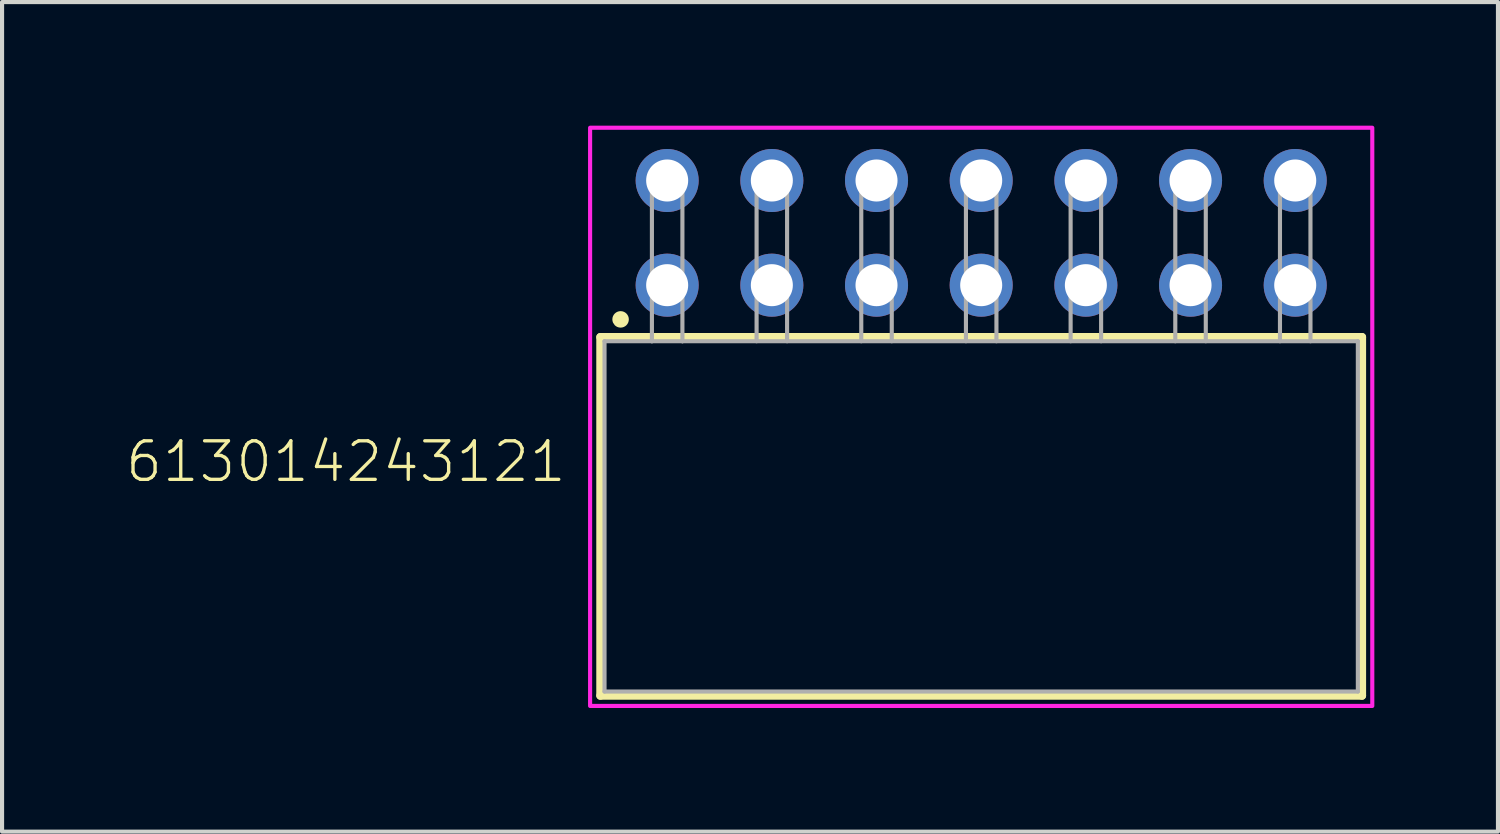
<source format=kicad_pcb>
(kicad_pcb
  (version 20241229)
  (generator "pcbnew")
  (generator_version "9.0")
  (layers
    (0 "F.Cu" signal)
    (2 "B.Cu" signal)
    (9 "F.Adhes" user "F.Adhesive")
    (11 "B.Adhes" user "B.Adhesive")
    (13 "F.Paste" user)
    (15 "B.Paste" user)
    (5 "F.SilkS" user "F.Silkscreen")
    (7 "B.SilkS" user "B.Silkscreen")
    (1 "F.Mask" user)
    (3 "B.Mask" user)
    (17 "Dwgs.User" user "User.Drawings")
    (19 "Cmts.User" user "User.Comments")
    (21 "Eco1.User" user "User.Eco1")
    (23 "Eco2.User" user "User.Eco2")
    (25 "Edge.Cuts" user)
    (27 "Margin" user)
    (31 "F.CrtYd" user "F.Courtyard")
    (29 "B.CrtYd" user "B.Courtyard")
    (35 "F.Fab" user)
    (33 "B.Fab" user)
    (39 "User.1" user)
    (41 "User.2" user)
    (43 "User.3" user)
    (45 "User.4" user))
  (footprint "613014243121"
    (layer "F.Cu")
    (at 20.759 9.48)
    (property "Reference" "613014243121" (at -10.02 -0.78 0) (unlocked yes) (layer "F.SilkS") (effects (font (size 0.935 0.935) (thickness 0.081)) (justify right bottom)))
    (fp_line (start -9.24 -4.35) (end 9.24 -4.35) (stroke (width 0.2) (type solid)) (layer "F.SilkS"))
    (fp_line (start -9.24 4.35) (end -9.24 -4.35) (stroke (width 0.2) (type solid)) (layer "F.SilkS"))
    (fp_line (start 9.24 -4.35) (end 9.24 4.35) (stroke (width 0.2) (type solid)) (layer "F.SilkS"))
    (fp_line (start 9.24 4.35) (end -9.24 4.35) (stroke (width 0.2) (type solid)) (layer "F.SilkS"))
    (fp_circle (center -8.75 -4.78) (end -8.65 -4.78) (stroke (width 0.2) (type solid)) (fill no) (layer "F.SilkS"))
    (fp_poly (pts (xy 9.49 4.6) (xy -9.49 4.6) (xy -9.49 -9.43) (xy 9.49 -9.43)) (stroke (width 0.1) (type default)) (fill no) (layer "F.CrtYd"))
    (fp_line (start -9.14 -4.25) (end -9.14 4.25) (stroke (width 0.1) (type solid)) (layer "F.Fab"))
    (fp_line (start -7.99 -8.35) (end -7.25 -8.35) (stroke (width 0.1) (type solid)) (layer "F.Fab"))
    (fp_line (start -7.99 -4.25) (end -9.14 -4.25) (stroke (width 0.1) (type solid)) (layer "F.Fab"))
    (fp_line (start -7.99 -4.25) (end -7.99 -8.35) (stroke (width 0.1) (type solid)) (layer "F.Fab"))
    (fp_line (start -7.25 -8.35) (end -7.25 -4.25) (stroke (width 0.1) (type solid)) (layer "F.Fab"))
    (fp_line (start -7.25 -4.25) (end -7.99 -4.25) (stroke (width 0.1) (type solid)) (layer "F.Fab"))
    (fp_line (start -5.45 -8.35) (end -4.71 -8.35) (stroke (width 0.1) (type solid)) (layer "F.Fab"))
    (fp_line (start -5.45 -4.25) (end -5.45 -8.35) (stroke (width 0.1) (type solid)) (layer "F.Fab"))
    (fp_line (start -4.71 -8.35) (end -4.71 -4.25) (stroke (width 0.1) (type solid)) (layer "F.Fab"))
    (fp_line (start -2.91 -8.35) (end -2.17 -8.35) (stroke (width 0.1) (type solid)) (layer "F.Fab"))
    (fp_line (start -2.91 -4.25) (end -2.91 -8.35) (stroke (width 0.1) (type solid)) (layer "F.Fab"))
    (fp_line (start -2.17 -8.35) (end -2.17 -4.25) (stroke (width 0.1) (type solid)) (layer "F.Fab"))
    (fp_line (start -0.37 -8.35) (end 0.37 -8.35) (stroke (width 0.1) (type solid)) (layer "F.Fab"))
    (fp_line (start -0.37 -4.25) (end -0.37 -8.35) (stroke (width 0.1) (type solid)) (layer "F.Fab"))
    (fp_line (start 0.37 -8.35) (end 0.37 -4.25) (stroke (width 0.1) (type solid)) (layer "F.Fab"))
    (fp_line (start 2.17 -8.35) (end 2.91 -8.35) (stroke (width 0.1) (type solid)) (layer "F.Fab"))
    (fp_line (start 2.17 -4.25) (end 2.17 -8.35) (stroke (width 0.1) (type solid)) (layer "F.Fab"))
    (fp_line (start 2.91 -8.35) (end 2.91 -4.25) (stroke (width 0.1) (type solid)) (layer "F.Fab"))
    (fp_line (start 4.71 -8.35) (end 5.45 -8.35) (stroke (width 0.1) (type solid)) (layer "F.Fab"))
    (fp_line (start 4.71 -4.25) (end 4.71 -8.35) (stroke (width 0.1) (type solid)) (layer "F.Fab"))
    (fp_line (start 5.45 -8.35) (end 5.45 -4.25) (stroke (width 0.1) (type solid)) (layer "F.Fab"))
    (fp_line (start 7.25 -8.35) (end 7.99 -8.35) (stroke (width 0.1) (type solid)) (layer "F.Fab"))
    (fp_line (start 7.25 -4.25) (end 7.25 -8.35) (stroke (width 0.1) (type solid)) (layer "F.Fab"))
    (fp_line (start 7.99 -8.35) (end 7.99 -4.25) (stroke (width 0.1) (type solid)) (layer "F.Fab"))
    (fp_line (start 9.14 -4.25) (end -7.25 -4.25) (stroke (width 0.1) (type solid)) (layer "F.Fab"))
    (fp_line (start 9.14 4.25) (end -9.14 4.25) (stroke (width 0.1) (type solid)) (layer "F.Fab"))
    (fp_line (start 9.14 4.25) (end 9.14 -4.25) (stroke (width 0.1) (type solid)) (layer "F.Fab"))
    (pad "1" thru_hole circle (at -7.62 -5.61 180) (size 1.53 1.53) (drill 1.02) (layers "*.Cu" "*.Mask"))
    (pad "2" thru_hole circle (at -7.62 -8.15 180) (size 1.53 1.53) (drill 1.02) (layers "*.Cu" "*.Mask"))
    (pad "3" thru_hole circle (at -5.08 -5.61 180) (size 1.53 1.53) (drill 1.02) (layers "*.Cu" "*.Mask"))
    (pad "4" thru_hole circle (at -5.08 -8.15 180) (size 1.53 1.53) (drill 1.02) (layers "*.Cu" "*.Mask"))
    (pad "5" thru_hole circle (at -2.54 -5.61 180) (size 1.53 1.53) (drill 1.02) (layers "*.Cu" "*.Mask"))
    (pad "6" thru_hole circle (at -2.54 -8.15 180) (size 1.53 1.53) (drill 1.02) (layers "*.Cu" "*.Mask"))
    (pad "7" thru_hole circle (at 0 -5.61 180) (size 1.53 1.53) (drill 1.02) (layers "*.Cu" "*.Mask"))
    (pad "8" thru_hole circle (at 0 -8.15 180) (size 1.53 1.53) (drill 1.02) (layers "*.Cu" "*.Mask"))
    (pad "9" thru_hole circle (at 2.54 -5.61 180) (size 1.53 1.53) (drill 1.02) (layers "*.Cu" "*.Mask"))
    (pad "10" thru_hole circle (at 2.54 -8.15 180) (size 1.53 1.53) (drill 1.02) (layers "*.Cu" "*.Mask"))
    (pad "11" thru_hole circle (at 5.08 -5.61 180) (size 1.53 1.53) (drill 1.02) (layers "*.Cu" "*.Mask"))
    (pad "12" thru_hole circle (at 5.08 -8.15 180) (size 1.53 1.53) (drill 1.02) (layers "*.Cu" "*.Mask"))
    (pad "13" thru_hole circle (at 7.62 -5.61 180) (size 1.53 1.53) (drill 1.02) (layers "*.Cu" "*.Mask"))
    (pad "14" thru_hole circle (at 7.62 -8.15 180) (size 1.53 1.53) (drill 1.02) (layers "*.Cu" "*.Mask")))
  (gr_rect
    (start -3 -3)
    (end 33.299 17.13)
    (stroke (width 0.1) (type default))
    (fill no)
    (layer "Edge.Cuts")))
</source>
